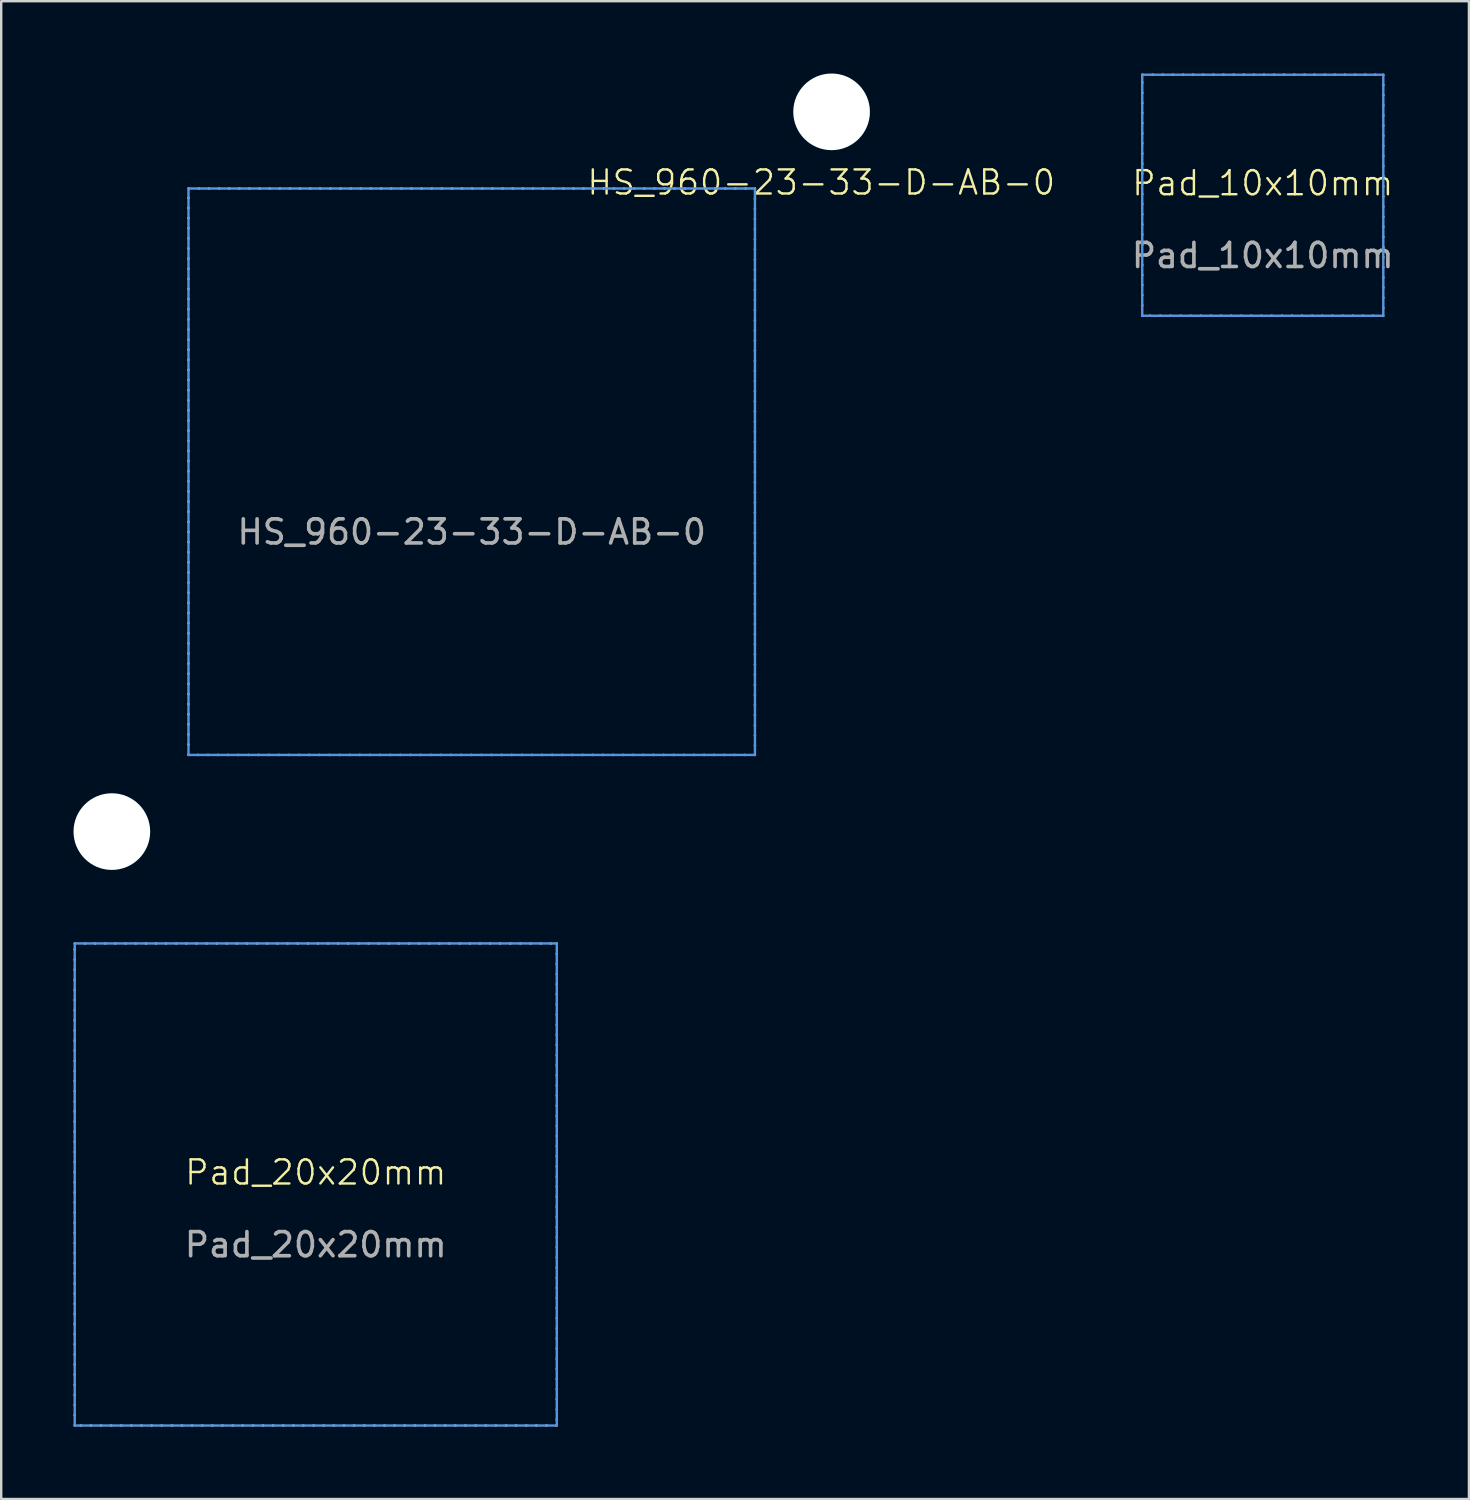
<source format=kicad_pcb>
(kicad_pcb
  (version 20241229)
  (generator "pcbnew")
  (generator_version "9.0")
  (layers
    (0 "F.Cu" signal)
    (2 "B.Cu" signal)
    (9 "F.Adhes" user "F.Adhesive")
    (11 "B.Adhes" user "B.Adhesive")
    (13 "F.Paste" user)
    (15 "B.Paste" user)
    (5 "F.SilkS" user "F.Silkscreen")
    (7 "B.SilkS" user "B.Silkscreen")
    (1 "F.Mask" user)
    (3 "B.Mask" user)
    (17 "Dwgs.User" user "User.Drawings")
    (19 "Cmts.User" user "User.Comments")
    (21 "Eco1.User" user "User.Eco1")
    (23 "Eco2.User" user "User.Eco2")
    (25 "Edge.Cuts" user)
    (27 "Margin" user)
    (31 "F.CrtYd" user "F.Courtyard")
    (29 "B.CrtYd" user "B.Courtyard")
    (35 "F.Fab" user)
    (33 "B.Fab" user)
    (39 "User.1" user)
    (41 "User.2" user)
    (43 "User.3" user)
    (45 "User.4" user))
  (footprint "Pad_20x20mm"
    (layer "F.Cu")
    (at 10.05 46.09)
    (property "Reference" "Pad_20x20mm" (at 0 -0.5 0) (unlocked yes) (layer "F.SilkS") (effects (font (size 1 1) (thickness 0.1))))
    (fp_rect (start -10 -10) (end 10 10) (stroke (width 0.1) (type dot)) (fill no) (layer "F.SilkS"))
    (fp_rect (start -10 -10) (end 10 10) (stroke (width 0.1) (type default)) (fill no) (layer "Cmts.User"))
    (fp_text user "${REFERENCE}" (at 0 2.5 0) (unlocked yes) (layer "F.Fab") (effects (font (size 1 1) (thickness 0.15)))))
  (footprint "HS_960-23-33-D-AB-0"
    (layer "F.Cu")
    (at 16.52 16.52)
    (property "Reference" "HS_960-23-33-D-AB-0" (at 14.5 -12 0) (unlocked yes) (layer "F.SilkS") (effects (font (size 1 1) (thickness 0.1))))
    (fp_rect (start -11.75 -11.75) (end 11.75 11.75) (stroke (width 0.1) (type dot)) (fill no) (layer "F.SilkS"))
    (fp_rect (start -11.75 -11.75) (end 11.75 11.75) (stroke (width 0.1) (type default)) (fill no) (layer "Cmts.User"))
    (fp_text user "${REFERENCE}" (at 0 2.5 0) (unlocked yes) (layer "F.Fab") (effects (font (size 1 1) (thickness 0.15))))
    (pad "" np_thru_hole circle (at -14.93 14.93) (size 3.18 3.18) (drill 3.18) (layers "*.Cu" "*.Mask"))
    (pad "" np_thru_hole circle (at 14.93 -14.93) (size 3.18 3.18) (drill 3.18) (layers "*.Cu" "*.Mask")))
  (footprint "Pad_10x10mm"
    (layer "F.Cu")
    (at 49.338 5.05)
    (property "Reference" "Pad_10x10mm" (at 0 -0.5 0) (unlocked yes) (layer "F.SilkS") (effects (font (size 1 1) (thickness 0.1))))
    (fp_rect (start -5 -5) (end 5 5) (stroke (width 0.1) (type dot)) (fill no) (layer "F.SilkS"))
    (fp_rect (start -5 -5) (end 5 5) (stroke (width 0.1) (type default)) (fill no) (layer "Cmts.User"))
    (fp_text user "${REFERENCE}" (at 0 2.5 0) (unlocked yes) (layer "F.Fab") (effects (font (size 1 1) (thickness 0.15)))))
  (gr_rect
    (start -3 -3)
    (end 57.891 59.14)
    (stroke (width 0.1) (type default))
    (fill no)
    (layer "Edge.Cuts")))
</source>
